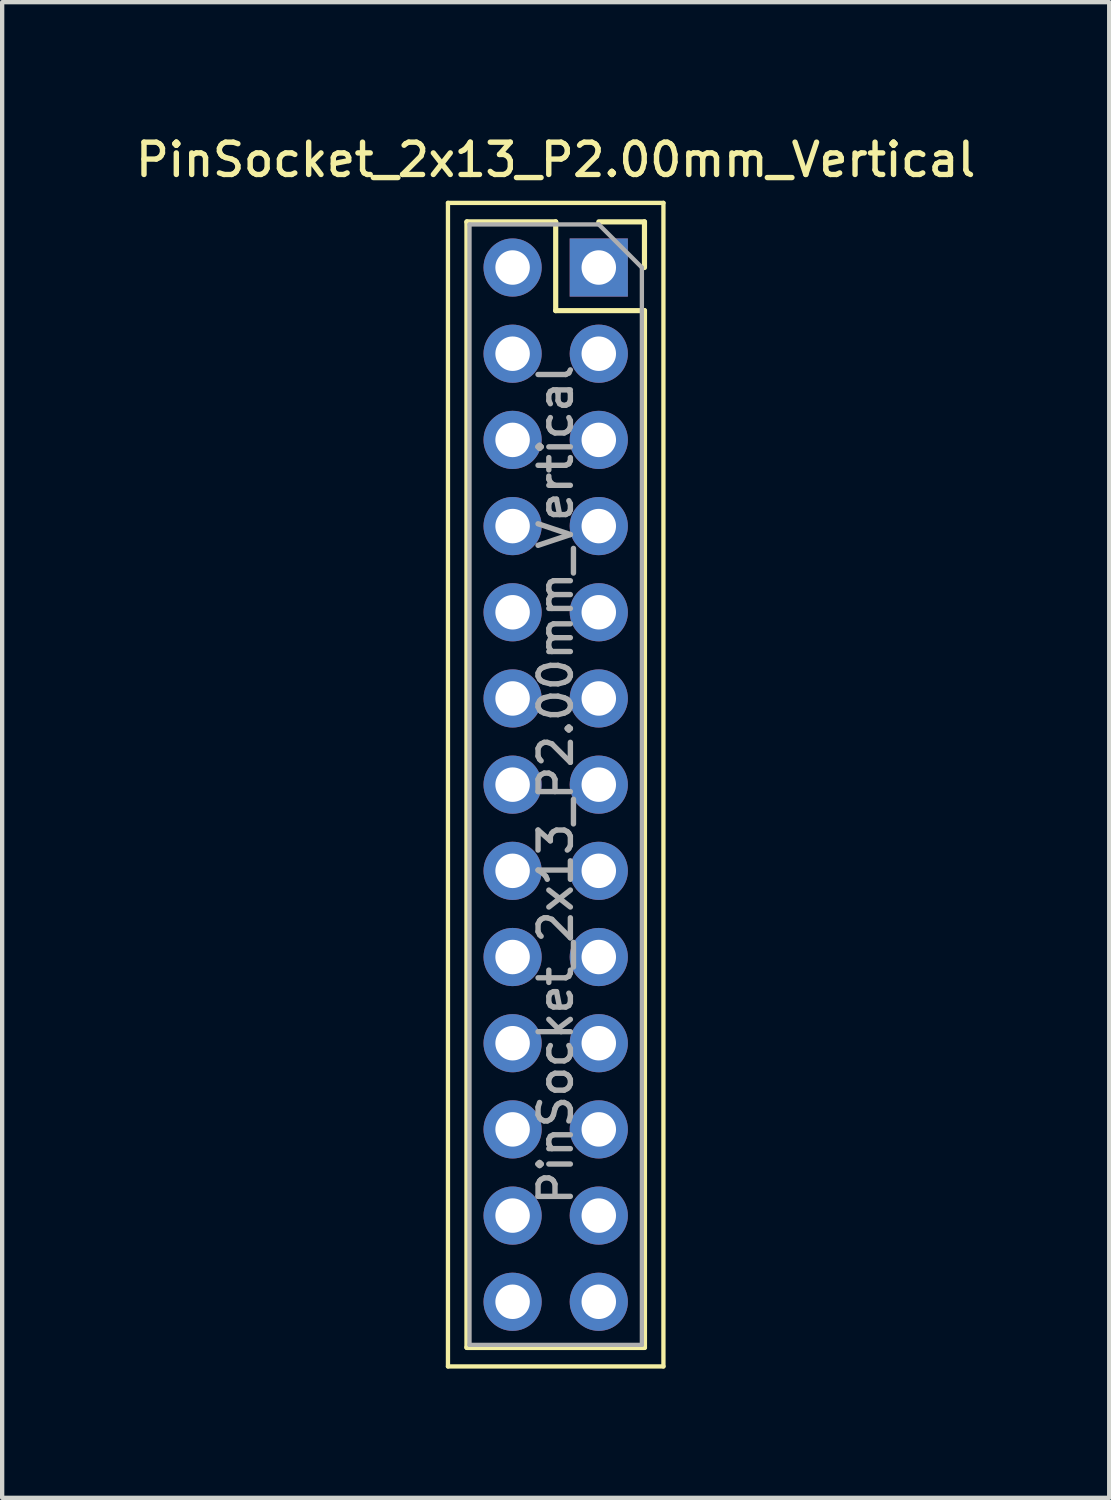
<source format=kicad_pcb>
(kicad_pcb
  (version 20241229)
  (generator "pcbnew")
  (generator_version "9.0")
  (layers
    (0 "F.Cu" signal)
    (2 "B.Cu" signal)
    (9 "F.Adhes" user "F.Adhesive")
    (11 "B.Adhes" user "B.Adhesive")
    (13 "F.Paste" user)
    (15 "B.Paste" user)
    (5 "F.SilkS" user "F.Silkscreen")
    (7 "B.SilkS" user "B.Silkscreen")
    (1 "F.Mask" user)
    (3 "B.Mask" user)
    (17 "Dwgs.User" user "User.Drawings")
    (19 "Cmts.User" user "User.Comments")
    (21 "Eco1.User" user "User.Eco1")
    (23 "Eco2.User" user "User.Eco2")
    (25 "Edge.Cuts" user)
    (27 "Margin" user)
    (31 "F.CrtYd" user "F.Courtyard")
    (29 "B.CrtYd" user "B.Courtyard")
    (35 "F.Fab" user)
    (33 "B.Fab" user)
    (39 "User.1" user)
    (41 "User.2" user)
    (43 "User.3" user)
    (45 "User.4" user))
  (footprint "PinSocket_2x13_P2.00mm_Vertical"
    (layer "F.Cu")
    (at 10.845 3.158)
    (property "Reference" "PinSocket_2x13_P2.00mm_Vertical" (at -1 -2.5 0) (layer "F.SilkS") (effects (font (size 0.75 0.75) (thickness 0.125))))
    (attr through_hole)
    (fp_line (start -3.5 -1.5) (end 1.5 -1.5) (stroke (width 0.1) (type solid)) (layer "F.SilkS"))
    (fp_line (start -3.5 25.5) (end -3.5 -1.5) (stroke (width 0.1) (type solid)) (layer "F.SilkS"))
    (fp_line (start -3.06 -1.06) (end -3.06 25.06) (stroke (width 0.12) (type solid)) (layer "F.SilkS"))
    (fp_line (start -3.06 -1.06) (end -1 -1.06) (stroke (width 0.12) (type solid)) (layer "F.SilkS"))
    (fp_line (start -3.06 25.06) (end 1.06 25.06) (stroke (width 0.12) (type solid)) (layer "F.SilkS"))
    (fp_line (start -1 -1.06) (end -1 1) (stroke (width 0.12) (type solid)) (layer "F.SilkS"))
    (fp_line (start -1 1) (end 1.06 1) (stroke (width 0.12) (type solid)) (layer "F.SilkS"))
    (fp_line (start 0 -1.06) (end 1.06 -1.06) (stroke (width 0.12) (type solid)) (layer "F.SilkS"))
    (fp_line (start 1.06 -1.06) (end 1.06 0) (stroke (width 0.12) (type solid)) (layer "F.SilkS"))
    (fp_line (start 1.06 1) (end 1.06 25.06) (stroke (width 0.12) (type solid)) (layer "F.SilkS"))
    (fp_line (start 1.5 -1.5) (end 1.5 25.5) (stroke (width 0.1) (type solid)) (layer "F.SilkS"))
    (fp_line (start 1.5 25.5) (end -3.5 25.5) (stroke (width 0.1) (type solid)) (layer "F.SilkS"))
    (fp_line (start -3 -1) (end 0 -1) (stroke (width 0.1) (type solid)) (layer "F.Fab"))
    (fp_line (start -3 25) (end -3 -1) (stroke (width 0.1) (type solid)) (layer "F.Fab"))
    (fp_line (start 0 -1) (end 1 0) (stroke (width 0.1) (type solid)) (layer "F.Fab"))
    (fp_line (start 1 0) (end 1 25) (stroke (width 0.1) (type solid)) (layer "F.Fab"))
    (fp_line (start 1 25) (end -3 25) (stroke (width 0.1) (type solid)) (layer "F.Fab"))
    (fp_text user "${REFERENCE}" (at -1 12 90) (layer "F.Fab") (effects (font (size 0.75 0.75) (thickness 0.125))))
    (pad "1" thru_hole rect (at 0 0) (size 1.35 1.35) (drill 0.8) (layers "*.Cu" "*.Mask"))
    (pad "2" thru_hole oval (at -2 0) (size 1.35 1.35) (drill 0.8) (layers "*.Cu" "*.Mask"))
    (pad "3" thru_hole oval (at 0 2) (size 1.35 1.35) (drill 0.8) (layers "*.Cu" "*.Mask"))
    (pad "4" thru_hole oval (at -2 2) (size 1.35 1.35) (drill 0.8) (layers "*.Cu" "*.Mask"))
    (pad "5" thru_hole oval (at 0 4) (size 1.35 1.35) (drill 0.8) (layers "*.Cu" "*.Mask"))
    (pad "6" thru_hole oval (at -2 4) (size 1.35 1.35) (drill 0.8) (layers "*.Cu" "*.Mask"))
    (pad "7" thru_hole oval (at 0 6) (size 1.35 1.35) (drill 0.8) (layers "*.Cu" "*.Mask"))
    (pad "8" thru_hole oval (at -2 6) (size 1.35 1.35) (drill 0.8) (layers "*.Cu" "*.Mask"))
    (pad "9" thru_hole oval (at 0 8) (size 1.35 1.35) (drill 0.8) (layers "*.Cu" "*.Mask"))
    (pad "10" thru_hole oval (at -2 8) (size 1.35 1.35) (drill 0.8) (layers "*.Cu" "*.Mask"))
    (pad "11" thru_hole oval (at 0 10) (size 1.35 1.35) (drill 0.8) (layers "*.Cu" "*.Mask"))
    (pad "12" thru_hole oval (at -2 10) (size 1.35 1.35) (drill 0.8) (layers "*.Cu" "*.Mask"))
    (pad "13" thru_hole oval (at 0 12) (size 1.35 1.35) (drill 0.8) (layers "*.Cu" "*.Mask"))
    (pad "14" thru_hole oval (at -2 12) (size 1.35 1.35) (drill 0.8) (layers "*.Cu" "*.Mask"))
    (pad "15" thru_hole oval (at 0 14) (size 1.35 1.35) (drill 0.8) (layers "*.Cu" "*.Mask"))
    (pad "16" thru_hole oval (at -2 14) (size 1.35 1.35) (drill 0.8) (layers "*.Cu" "*.Mask"))
    (pad "17" thru_hole oval (at 0 16) (size 1.35 1.35) (drill 0.8) (layers "*.Cu" "*.Mask"))
    (pad "18" thru_hole oval (at -2 16) (size 1.35 1.35) (drill 0.8) (layers "*.Cu" "*.Mask"))
    (pad "19" thru_hole oval (at 0 18) (size 1.35 1.35) (drill 0.8) (layers "*.Cu" "*.Mask"))
    (pad "20" thru_hole oval (at -2 18) (size 1.35 1.35) (drill 0.8) (layers "*.Cu" "*.Mask"))
    (pad "21" thru_hole oval (at 0 20) (size 1.35 1.35) (drill 0.8) (layers "*.Cu" "*.Mask"))
    (pad "22" thru_hole oval (at -2 20) (size 1.35 1.35) (drill 0.8) (layers "*.Cu" "*.Mask"))
    (pad "23" thru_hole oval (at 0 22) (size 1.35 1.35) (drill 0.8) (layers "*.Cu" "*.Mask"))
    (pad "24" thru_hole oval (at -2 22) (size 1.35 1.35) (drill 0.8) (layers "*.Cu" "*.Mask"))
    (pad "25" thru_hole oval (at 0 24) (size 1.35 1.35) (drill 0.8) (layers "*.Cu" "*.Mask"))
    (pad "26" thru_hole oval (at -2 24) (size 1.35 1.35) (drill 0.8) (layers "*.Cu" "*.Mask")))
  (gr_rect
    (start -3 -3)
    (end 22.689 31.708)
    (stroke (width 0.1) (type default))
    (fill no)
    (layer "Edge.Cuts")))
</source>
